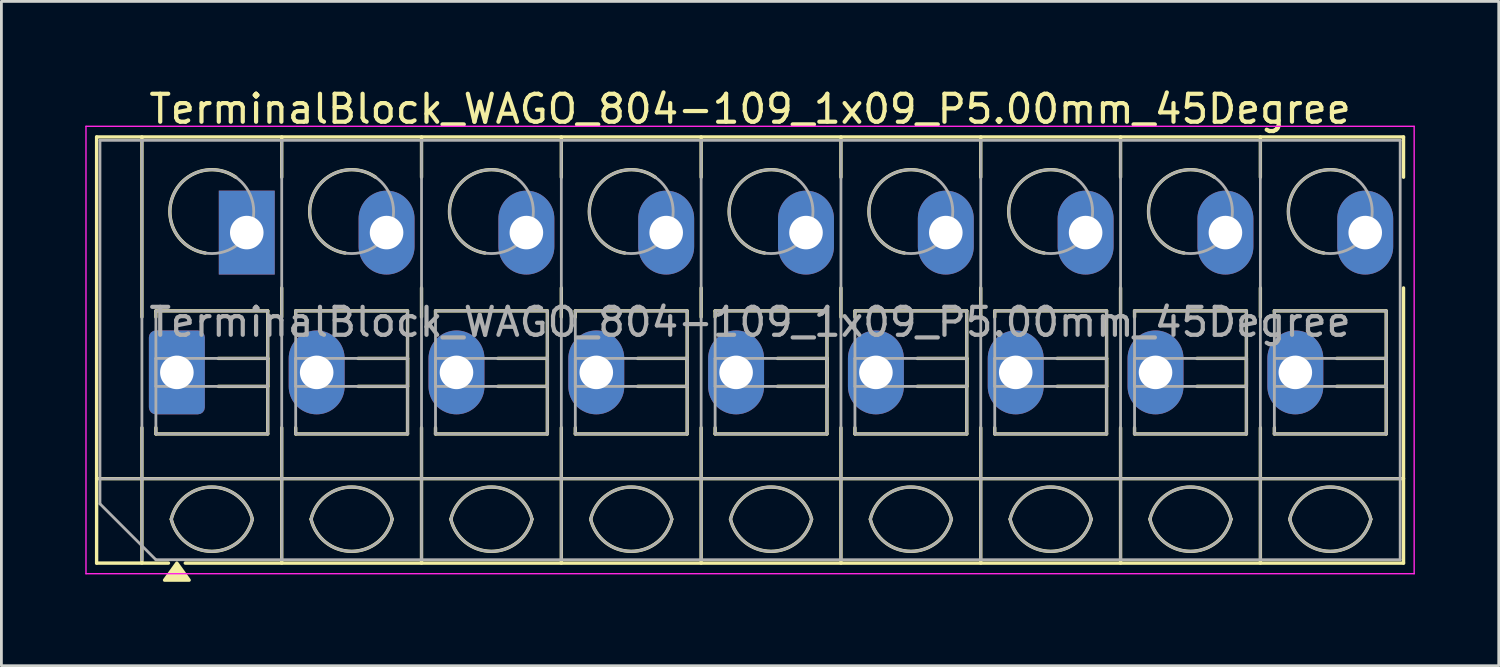
<source format=kicad_pcb>
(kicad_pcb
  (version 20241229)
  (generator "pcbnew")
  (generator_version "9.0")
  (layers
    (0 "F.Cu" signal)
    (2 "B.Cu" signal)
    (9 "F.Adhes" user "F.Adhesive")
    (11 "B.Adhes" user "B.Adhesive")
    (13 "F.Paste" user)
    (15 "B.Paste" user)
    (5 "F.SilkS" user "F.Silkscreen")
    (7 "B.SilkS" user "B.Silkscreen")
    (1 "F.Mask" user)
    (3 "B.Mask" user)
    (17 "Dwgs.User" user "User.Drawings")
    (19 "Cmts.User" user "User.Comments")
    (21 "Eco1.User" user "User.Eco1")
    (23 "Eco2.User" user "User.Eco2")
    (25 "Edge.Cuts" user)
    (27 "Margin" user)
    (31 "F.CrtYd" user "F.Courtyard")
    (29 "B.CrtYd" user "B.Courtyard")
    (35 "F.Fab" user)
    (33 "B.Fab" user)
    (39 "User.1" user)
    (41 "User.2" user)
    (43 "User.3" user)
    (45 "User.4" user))
  (footprint "TerminalBlock_WAGO_804-109_1x09_P5.00mm_45Degree"
    (layer "F.Cu")
    (at 3.275 10.268)
    (property "Reference" "TerminalBlock_WAGO_804-109_1x09_P5.00mm_45Degree" (at 20.5 -9.42 0) (layer "F.SilkS") (effects (font (size 1 1) (thickness 0.15))))
    (attr through_hole)
    (fp_line (start -2.87 -8.42) (end -2.87 6.82) (stroke (width 0.12) (type solid)) (layer "F.SilkS"))
    (fp_line (start -2.87 -8.42) (end 43.87 -8.42) (stroke (width 0.12) (type solid)) (layer "F.SilkS"))
    (fp_line (start -2.87 3.8) (end 43.87 3.8) (stroke (width 0.12) (type solid)) (layer "F.SilkS"))
    (fp_line (start -2.87 6.82) (end -0.3 6.82) (stroke (width 0.12) (type solid)) (layer "F.SilkS"))
    (fp_line (start -1.25 -8.42) (end -1.25 -1.98) (stroke (width 0.12) (type solid)) (layer "F.SilkS"))
    (fp_line (start -1.25 1.98) (end -1.25 6.82) (stroke (width 0.12) (type solid)) (layer "F.SilkS"))
    (fp_line (start -0.75 -2.2) (end -0.75 -1.98) (stroke (width 0.12) (type solid)) (layer "F.SilkS"))
    (fp_line (start -0.75 -2.2) (end 3.25 -2.2) (stroke (width 0.12) (type solid)) (layer "F.SilkS"))
    (fp_line (start -0.75 1.98) (end -0.75 2.2) (stroke (width 0.12) (type solid)) (layer "F.SilkS"))
    (fp_line (start -0.75 2.2) (end 3.25 2.2) (stroke (width 0.12) (type solid)) (layer "F.SilkS"))
    (fp_line (start 0.3 6.82) (end 43.87 6.82) (stroke (width 0.12) (type solid)) (layer "F.SilkS"))
    (fp_line (start 1.48 -0.5) (end 3.25 -0.5) (stroke (width 0.12) (type solid)) (layer "F.SilkS"))
    (fp_line (start 1.48 0.5) (end 3.25 0.5) (stroke (width 0.12) (type solid)) (layer "F.SilkS"))
    (fp_line (start 3.25 -2.2) (end 3.25 2.2) (stroke (width 0.12) (type solid)) (layer "F.SilkS"))
    (fp_line (start 3.25 -0.5) (end 3.25 0.5) (stroke (width 0.12) (type solid)) (layer "F.SilkS"))
    (fp_line (start 3.75 -8.42) (end 3.75 -6.98) (stroke (width 0.12) (type solid)) (layer "F.SilkS"))
    (fp_line (start 3.75 -3.02) (end 3.75 -1.98) (stroke (width 0.12) (type solid)) (layer "F.SilkS"))
    (fp_line (start 3.75 1.98) (end 3.75 6.82) (stroke (width 0.12) (type solid)) (layer "F.SilkS"))
    (fp_line (start 4.25 -2.2) (end 4.25 -1.98) (stroke (width 0.12) (type solid)) (layer "F.SilkS"))
    (fp_line (start 4.25 -2.2) (end 8.25 -2.2) (stroke (width 0.12) (type solid)) (layer "F.SilkS"))
    (fp_line (start 4.25 1.98) (end 4.25 2.2) (stroke (width 0.12) (type solid)) (layer "F.SilkS"))
    (fp_line (start 4.25 2.2) (end 8.25 2.2) (stroke (width 0.12) (type solid)) (layer "F.SilkS"))
    (fp_line (start 6.48 -0.5) (end 8.25 -0.5) (stroke (width 0.12) (type solid)) (layer "F.SilkS"))
    (fp_line (start 6.48 0.5) (end 8.25 0.5) (stroke (width 0.12) (type solid)) (layer "F.SilkS"))
    (fp_line (start 8.25 -2.2) (end 8.25 2.2) (stroke (width 0.12) (type solid)) (layer "F.SilkS"))
    (fp_line (start 8.25 -0.5) (end 8.25 0.5) (stroke (width 0.12) (type solid)) (layer "F.SilkS"))
    (fp_line (start 8.75 -8.42) (end 8.75 -6.98) (stroke (width 0.12) (type solid)) (layer "F.SilkS"))
    (fp_line (start 8.75 -3.02) (end 8.75 -1.98) (stroke (width 0.12) (type solid)) (layer "F.SilkS"))
    (fp_line (start 8.75 1.98) (end 8.75 6.82) (stroke (width 0.12) (type solid)) (layer "F.SilkS"))
    (fp_line (start 9.25 -2.2) (end 9.25 -1.98) (stroke (width 0.12) (type solid)) (layer "F.SilkS"))
    (fp_line (start 9.25 -2.2) (end 13.25 -2.2) (stroke (width 0.12) (type solid)) (layer "F.SilkS"))
    (fp_line (start 9.25 1.98) (end 9.25 2.2) (stroke (width 0.12) (type solid)) (layer "F.SilkS"))
    (fp_line (start 9.25 2.2) (end 13.25 2.2) (stroke (width 0.12) (type solid)) (layer "F.SilkS"))
    (fp_line (start 11.48 -0.5) (end 13.25 -0.5) (stroke (width 0.12) (type solid)) (layer "F.SilkS"))
    (fp_line (start 11.48 0.5) (end 13.25 0.5) (stroke (width 0.12) (type solid)) (layer "F.SilkS"))
    (fp_line (start 13.25 -2.2) (end 13.25 2.2) (stroke (width 0.12) (type solid)) (layer "F.SilkS"))
    (fp_line (start 13.25 -0.5) (end 13.25 0.5) (stroke (width 0.12) (type solid)) (layer "F.SilkS"))
    (fp_line (start 13.75 -8.42) (end 13.75 -6.98) (stroke (width 0.12) (type solid)) (layer "F.SilkS"))
    (fp_line (start 13.75 -3.02) (end 13.75 -1.98) (stroke (width 0.12) (type solid)) (layer "F.SilkS"))
    (fp_line (start 13.75 1.98) (end 13.75 6.82) (stroke (width 0.12) (type solid)) (layer "F.SilkS"))
    (fp_line (start 14.25 -2.2) (end 14.25 -1.98) (stroke (width 0.12) (type solid)) (layer "F.SilkS"))
    (fp_line (start 14.25 -2.2) (end 18.25 -2.2) (stroke (width 0.12) (type solid)) (layer "F.SilkS"))
    (fp_line (start 14.25 1.98) (end 14.25 2.2) (stroke (width 0.12) (type solid)) (layer "F.SilkS"))
    (fp_line (start 14.25 2.2) (end 18.25 2.2) (stroke (width 0.12) (type solid)) (layer "F.SilkS"))
    (fp_line (start 16.48 -0.5) (end 18.25 -0.5) (stroke (width 0.12) (type solid)) (layer "F.SilkS"))
    (fp_line (start 16.48 0.5) (end 18.25 0.5) (stroke (width 0.12) (type solid)) (layer "F.SilkS"))
    (fp_line (start 18.25 -2.2) (end 18.25 2.2) (stroke (width 0.12) (type solid)) (layer "F.SilkS"))
    (fp_line (start 18.25 -0.5) (end 18.25 0.5) (stroke (width 0.12) (type solid)) (layer "F.SilkS"))
    (fp_line (start 18.75 -8.42) (end 18.75 -6.98) (stroke (width 0.12) (type solid)) (layer "F.SilkS"))
    (fp_line (start 18.75 -3.02) (end 18.75 -1.98) (stroke (width 0.12) (type solid)) (layer "F.SilkS"))
    (fp_line (start 18.75 1.98) (end 18.75 6.82) (stroke (width 0.12) (type solid)) (layer "F.SilkS"))
    (fp_line (start 19.25 -2.2) (end 19.25 -1.98) (stroke (width 0.12) (type solid)) (layer "F.SilkS"))
    (fp_line (start 19.25 -2.2) (end 23.25 -2.2) (stroke (width 0.12) (type solid)) (layer "F.SilkS"))
    (fp_line (start 19.25 1.98) (end 19.25 2.2) (stroke (width 0.12) (type solid)) (layer "F.SilkS"))
    (fp_line (start 19.25 2.2) (end 23.25 2.2) (stroke (width 0.12) (type solid)) (layer "F.SilkS"))
    (fp_line (start 21.48 -0.5) (end 23.25 -0.5) (stroke (width 0.12) (type solid)) (layer "F.SilkS"))
    (fp_line (start 21.48 0.5) (end 23.25 0.5) (stroke (width 0.12) (type solid)) (layer "F.SilkS"))
    (fp_line (start 23.25 -2.2) (end 23.25 2.2) (stroke (width 0.12) (type solid)) (layer "F.SilkS"))
    (fp_line (start 23.25 -0.5) (end 23.25 0.5) (stroke (width 0.12) (type solid)) (layer "F.SilkS"))
    (fp_line (start 23.75 -8.42) (end 23.75 -6.98) (stroke (width 0.12) (type solid)) (layer "F.SilkS"))
    (fp_line (start 23.75 -3.02) (end 23.75 -1.98) (stroke (width 0.12) (type solid)) (layer "F.SilkS"))
    (fp_line (start 23.75 1.98) (end 23.75 6.82) (stroke (width 0.12) (type solid)) (layer "F.SilkS"))
    (fp_line (start 24.25 -2.2) (end 24.25 -1.98) (stroke (width 0.12) (type solid)) (layer "F.SilkS"))
    (fp_line (start 24.25 -2.2) (end 28.25 -2.2) (stroke (width 0.12) (type solid)) (layer "F.SilkS"))
    (fp_line (start 24.25 1.98) (end 24.25 2.2) (stroke (width 0.12) (type solid)) (layer "F.SilkS"))
    (fp_line (start 24.25 2.2) (end 28.25 2.2) (stroke (width 0.12) (type solid)) (layer "F.SilkS"))
    (fp_line (start 26.48 -0.5) (end 28.25 -0.5) (stroke (width 0.12) (type solid)) (layer "F.SilkS"))
    (fp_line (start 26.48 0.5) (end 28.25 0.5) (stroke (width 0.12) (type solid)) (layer "F.SilkS"))
    (fp_line (start 28.25 -2.2) (end 28.25 2.2) (stroke (width 0.12) (type solid)) (layer "F.SilkS"))
    (fp_line (start 28.25 -0.5) (end 28.25 0.5) (stroke (width 0.12) (type solid)) (layer "F.SilkS"))
    (fp_line (start 28.75 -8.42) (end 28.75 -6.98) (stroke (width 0.12) (type solid)) (layer "F.SilkS"))
    (fp_line (start 28.75 -3.02) (end 28.75 -1.98) (stroke (width 0.12) (type solid)) (layer "F.SilkS"))
    (fp_line (start 28.75 1.98) (end 28.75 6.82) (stroke (width 0.12) (type solid)) (layer "F.SilkS"))
    (fp_line (start 29.25 -2.2) (end 29.25 -1.98) (stroke (width 0.12) (type solid)) (layer "F.SilkS"))
    (fp_line (start 29.25 -2.2) (end 33.25 -2.2) (stroke (width 0.12) (type solid)) (layer "F.SilkS"))
    (fp_line (start 29.25 1.98) (end 29.25 2.2) (stroke (width 0.12) (type solid)) (layer "F.SilkS"))
    (fp_line (start 29.25 2.2) (end 33.25 2.2) (stroke (width 0.12) (type solid)) (layer "F.SilkS"))
    (fp_line (start 31.48 -0.5) (end 33.25 -0.5) (stroke (width 0.12) (type solid)) (layer "F.SilkS"))
    (fp_line (start 31.48 0.5) (end 33.25 0.5) (stroke (width 0.12) (type solid)) (layer "F.SilkS"))
    (fp_line (start 33.25 -2.2) (end 33.25 2.2) (stroke (width 0.12) (type solid)) (layer "F.SilkS"))
    (fp_line (start 33.25 -0.5) (end 33.25 0.5) (stroke (width 0.12) (type solid)) (layer "F.SilkS"))
    (fp_line (start 33.75 -8.42) (end 33.75 -6.98) (stroke (width 0.12) (type solid)) (layer "F.SilkS"))
    (fp_line (start 33.75 -3.02) (end 33.75 -1.98) (stroke (width 0.12) (type solid)) (layer "F.SilkS"))
    (fp_line (start 33.75 1.98) (end 33.75 6.82) (stroke (width 0.12) (type solid)) (layer "F.SilkS"))
    (fp_line (start 34.25 -2.2) (end 34.25 -1.98) (stroke (width 0.12) (type solid)) (layer "F.SilkS"))
    (fp_line (start 34.25 -2.2) (end 38.25 -2.2) (stroke (width 0.12) (type solid)) (layer "F.SilkS"))
    (fp_line (start 34.25 1.98) (end 34.25 2.2) (stroke (width 0.12) (type solid)) (layer "F.SilkS"))
    (fp_line (start 34.25 2.2) (end 38.25 2.2) (stroke (width 0.12) (type solid)) (layer "F.SilkS"))
    (fp_line (start 36.48 -0.5) (end 38.25 -0.5) (stroke (width 0.12) (type solid)) (layer "F.SilkS"))
    (fp_line (start 36.48 0.5) (end 38.25 0.5) (stroke (width 0.12) (type solid)) (layer "F.SilkS"))
    (fp_line (start 38.25 -2.2) (end 38.25 2.2) (stroke (width 0.12) (type solid)) (layer "F.SilkS"))
    (fp_line (start 38.25 -0.5) (end 38.25 0.5) (stroke (width 0.12) (type solid)) (layer "F.SilkS"))
    (fp_line (start 38.75 -8.42) (end 38.75 -6.98) (stroke (width 0.12) (type solid)) (layer "F.SilkS"))
    (fp_line (start 38.75 -3.02) (end 38.75 -1.98) (stroke (width 0.12) (type solid)) (layer "F.SilkS"))
    (fp_line (start 38.75 1.98) (end 38.75 6.82) (stroke (width 0.12) (type solid)) (layer "F.SilkS"))
    (fp_line (start 39.25 -2.2) (end 39.25 -1.98) (stroke (width 0.12) (type solid)) (layer "F.SilkS"))
    (fp_line (start 39.25 -2.2) (end 43.25 -2.2) (stroke (width 0.12) (type solid)) (layer "F.SilkS"))
    (fp_line (start 39.25 1.98) (end 39.25 2.2) (stroke (width 0.12) (type solid)) (layer "F.SilkS"))
    (fp_line (start 39.25 2.2) (end 43.25 2.2) (stroke (width 0.12) (type solid)) (layer "F.SilkS"))
    (fp_line (start 41.48 -0.5) (end 43.25 -0.5) (stroke (width 0.12) (type solid)) (layer "F.SilkS"))
    (fp_line (start 41.48 0.5) (end 43.25 0.5) (stroke (width 0.12) (type solid)) (layer "F.SilkS"))
    (fp_line (start 43.25 -2.2) (end 43.25 2.2) (stroke (width 0.12) (type solid)) (layer "F.SilkS"))
    (fp_line (start 43.25 -0.5) (end 43.25 0.5) (stroke (width 0.12) (type solid)) (layer "F.SilkS"))
    (fp_line (start 43.87 -8.42) (end 43.87 -6.98) (stroke (width 0.12) (type solid)) (layer "F.SilkS"))
    (fp_line (start 43.87 -3.02) (end 43.87 6.82) (stroke (width 0.12) (type solid)) (layer "F.SilkS"))
    (fp_arc (start -0.199942 5.249753) (mid 1.250127 4.099899) (end 2.7 5.25) (stroke (width 0.12) (type solid)) (layer "F.SilkS"))
    (fp_arc (start 1.02 -4.268) (mid -0.141815 -6.308637) (end 2.10843 -6.979765) (stroke (width 0.12) (type solid)) (layer "F.SilkS"))
    (fp_arc (start 2.7 5.25) (mid 1.250127 6.400101) (end -0.199942 5.250247) (stroke (width 0.12) (type solid)) (layer "F.SilkS"))
    (fp_arc (start 4.800058 5.249753) (mid 6.250127 4.099899) (end 7.7 5.25) (stroke (width 0.12) (type solid)) (layer "F.SilkS"))
    (fp_arc (start 6.02 -4.268) (mid 4.858185 -6.308637) (end 7.10843 -6.979765) (stroke (width 0.12) (type solid)) (layer "F.SilkS"))
    (fp_arc (start 7.7 5.25) (mid 6.250127 6.400101) (end 4.800058 5.250247) (stroke (width 0.12) (type solid)) (layer "F.SilkS"))
    (fp_arc (start 9.800058 5.249753) (mid 11.250127 4.099899) (end 12.7 5.25) (stroke (width 0.12) (type solid)) (layer "F.SilkS"))
    (fp_arc (start 11.02 -4.268) (mid 9.858185 -6.308637) (end 12.10843 -6.979765) (stroke (width 0.12) (type solid)) (layer "F.SilkS"))
    (fp_arc (start 12.7 5.25) (mid 11.250127 6.400101) (end 9.800058 5.250247) (stroke (width 0.12) (type solid)) (layer "F.SilkS"))
    (fp_arc (start 14.800058 5.249753) (mid 16.250127 4.099899) (end 17.7 5.25) (stroke (width 0.12) (type solid)) (layer "F.SilkS"))
    (fp_arc (start 16.02 -4.268) (mid 14.858185 -6.308637) (end 17.10843 -6.979765) (stroke (width 0.12) (type solid)) (layer "F.SilkS"))
    (fp_arc (start 17.7 5.25) (mid 16.250127 6.400101) (end 14.800058 5.250247) (stroke (width 0.12) (type solid)) (layer "F.SilkS"))
    (fp_arc (start 19.800058 5.249753) (mid 21.250127 4.099899) (end 22.7 5.25) (stroke (width 0.12) (type solid)) (layer "F.SilkS"))
    (fp_arc (start 21.02 -4.268) (mid 19.858185 -6.308637) (end 22.10843 -6.979765) (stroke (width 0.12) (type solid)) (layer "F.SilkS"))
    (fp_arc (start 22.7 5.25) (mid 21.250127 6.400101) (end 19.800058 5.250247) (stroke (width 0.12) (type solid)) (layer "F.SilkS"))
    (fp_arc (start 24.800058 5.249753) (mid 26.250127 4.099899) (end 27.7 5.25) (stroke (width 0.12) (type solid)) (layer "F.SilkS"))
    (fp_arc (start 26.02 -4.268) (mid 24.858185 -6.308637) (end 27.10843 -6.979765) (stroke (width 0.12) (type solid)) (layer "F.SilkS"))
    (fp_arc (start 27.7 5.25) (mid 26.250127 6.400101) (end 24.800058 5.250247) (stroke (width 0.12) (type solid)) (layer "F.SilkS"))
    (fp_arc (start 29.800058 5.249753) (mid 31.250127 4.099899) (end 32.7 5.25) (stroke (width 0.12) (type solid)) (layer "F.SilkS"))
    (fp_arc (start 31.02 -4.268) (mid 29.858185 -6.308637) (end 32.10843 -6.979765) (stroke (width 0.12) (type solid)) (layer "F.SilkS"))
    (fp_arc (start 32.7 5.25) (mid 31.250127 6.400101) (end 29.800058 5.250247) (stroke (width 0.12) (type solid)) (layer "F.SilkS"))
    (fp_arc (start 34.800058 5.249753) (mid 36.250127 4.099899) (end 37.7 5.25) (stroke (width 0.12) (type solid)) (layer "F.SilkS"))
    (fp_arc (start 36.02 -4.268) (mid 34.858185 -6.308637) (end 37.10843 -6.979765) (stroke (width 0.12) (type solid)) (layer "F.SilkS"))
    (fp_arc (start 37.7 5.25) (mid 36.250127 6.400101) (end 34.800058 5.250247) (stroke (width 0.12) (type solid)) (layer "F.SilkS"))
    (fp_arc (start 39.800058 5.249753) (mid 41.250127 4.099899) (end 42.7 5.25) (stroke (width 0.12) (type solid)) (layer "F.SilkS"))
    (fp_arc (start 41.02 -4.268) (mid 39.858185 -6.308637) (end 42.10843 -6.979765) (stroke (width 0.12) (type solid)) (layer "F.SilkS"))
    (fp_arc (start 42.7 5.25) (mid 41.250127 6.400101) (end 39.800058 5.250247) (stroke (width 0.12) (type solid)) (layer "F.SilkS"))
    (fp_poly (pts (xy 0 6.82) (xy 0.44 7.43) (xy -0.44 7.43)) (stroke (width 0.12) (type solid)) (fill yes) (layer "F.SilkS"))
    (fp_line (start -3.25 -8.8) (end -3.25 7.2) (stroke (width 0.05) (type solid)) (layer "F.CrtYd"))
    (fp_line (start -3.25 7.2) (end 44.25 7.2) (stroke (width 0.05) (type solid)) (layer "F.CrtYd"))
    (fp_line (start 44.25 -8.8) (end -3.25 -8.8) (stroke (width 0.05) (type solid)) (layer "F.CrtYd"))
    (fp_line (start 44.25 7.2) (end 44.25 -8.8) (stroke (width 0.05) (type solid)) (layer "F.CrtYd"))
    (fp_line (start -2.75 -8.3) (end 43.75 -8.3) (stroke (width 0.1) (type solid)) (layer "F.Fab"))
    (fp_line (start -2.75 3.8) (end 43.75 3.8) (stroke (width 0.1) (type solid)) (layer "F.Fab"))
    (fp_line (start -2.75 4.7) (end -2.75 -8.3) (stroke (width 0.1) (type solid)) (layer "F.Fab"))
    (fp_line (start -1.25 -8.3) (end -1.25 6.7) (stroke (width 0.1) (type solid)) (layer "F.Fab"))
    (fp_line (start -0.75 -2.2) (end -0.75 2.2) (stroke (width 0.1) (type solid)) (layer "F.Fab"))
    (fp_line (start -0.75 -0.5) (end -0.75 0.5) (stroke (width 0.1) (type solid)) (layer "F.Fab"))
    (fp_line (start -0.75 0.5) (end 3.25 0.5) (stroke (width 0.1) (type solid)) (layer "F.Fab"))
    (fp_line (start -0.75 2.2) (end 3.25 2.2) (stroke (width 0.1) (type solid)) (layer "F.Fab"))
    (fp_line (start -0.75 6.7) (end -2.75 4.7) (stroke (width 0.1) (type solid)) (layer "F.Fab"))
    (fp_line (start 3.25 -2.2) (end -0.75 -2.2) (stroke (width 0.1) (type solid)) (layer "F.Fab"))
    (fp_line (start 3.25 -0.5) (end -0.75 -0.5) (stroke (width 0.1) (type solid)) (layer "F.Fab"))
    (fp_line (start 3.25 0.5) (end 3.25 -0.5) (stroke (width 0.1) (type solid)) (layer "F.Fab"))
    (fp_line (start 3.25 2.2) (end 3.25 -2.2) (stroke (width 0.1) (type solid)) (layer "F.Fab"))
    (fp_line (start 3.75 -8.3) (end 3.75 6.7) (stroke (width 0.1) (type solid)) (layer "F.Fab"))
    (fp_line (start 4.25 -2.2) (end 4.25 2.2) (stroke (width 0.1) (type solid)) (layer "F.Fab"))
    (fp_line (start 4.25 -0.5) (end 4.25 0.5) (stroke (width 0.1) (type solid)) (layer "F.Fab"))
    (fp_line (start 4.25 0.5) (end 8.25 0.5) (stroke (width 0.1) (type solid)) (layer "F.Fab"))
    (fp_line (start 4.25 2.2) (end 8.25 2.2) (stroke (width 0.1) (type solid)) (layer "F.Fab"))
    (fp_line (start 8.25 -2.2) (end 4.25 -2.2) (stroke (width 0.1) (type solid)) (layer "F.Fab"))
    (fp_line (start 8.25 -0.5) (end 4.25 -0.5) (stroke (width 0.1) (type solid)) (layer "F.Fab"))
    (fp_line (start 8.25 0.5) (end 8.25 -0.5) (stroke (width 0.1) (type solid)) (layer "F.Fab"))
    (fp_line (start 8.25 2.2) (end 8.25 -2.2) (stroke (width 0.1) (type solid)) (layer "F.Fab"))
    (fp_line (start 8.75 -8.3) (end 8.75 6.7) (stroke (width 0.1) (type solid)) (layer "F.Fab"))
    (fp_line (start 9.25 -2.2) (end 9.25 2.2) (stroke (width 0.1) (type solid)) (layer "F.Fab"))
    (fp_line (start 9.25 -0.5) (end 9.25 0.5) (stroke (width 0.1) (type solid)) (layer "F.Fab"))
    (fp_line (start 9.25 0.5) (end 13.25 0.5) (stroke (width 0.1) (type solid)) (layer "F.Fab"))
    (fp_line (start 9.25 2.2) (end 13.25 2.2) (stroke (width 0.1) (type solid)) (layer "F.Fab"))
    (fp_line (start 13.25 -2.2) (end 9.25 -2.2) (stroke (width 0.1) (type solid)) (layer "F.Fab"))
    (fp_line (start 13.25 -0.5) (end 9.25 -0.5) (stroke (width 0.1) (type solid)) (layer "F.Fab"))
    (fp_line (start 13.25 0.5) (end 13.25 -0.5) (stroke (width 0.1) (type solid)) (layer "F.Fab"))
    (fp_line (start 13.25 2.2) (end 13.25 -2.2) (stroke (width 0.1) (type solid)) (layer "F.Fab"))
    (fp_line (start 13.75 -8.3) (end 13.75 6.7) (stroke (width 0.1) (type solid)) (layer "F.Fab"))
    (fp_line (start 14.25 -2.2) (end 14.25 2.2) (stroke (width 0.1) (type solid)) (layer "F.Fab"))
    (fp_line (start 14.25 -0.5) (end 14.25 0.5) (stroke (width 0.1) (type solid)) (layer "F.Fab"))
    (fp_line (start 14.25 0.5) (end 18.25 0.5) (stroke (width 0.1) (type solid)) (layer "F.Fab"))
    (fp_line (start 14.25 2.2) (end 18.25 2.2) (stroke (width 0.1) (type solid)) (layer "F.Fab"))
    (fp_line (start 18.25 -2.2) (end 14.25 -2.2) (stroke (width 0.1) (type solid)) (layer "F.Fab"))
    (fp_line (start 18.25 -0.5) (end 14.25 -0.5) (stroke (width 0.1) (type solid)) (layer "F.Fab"))
    (fp_line (start 18.25 0.5) (end 18.25 -0.5) (stroke (width 0.1) (type solid)) (layer "F.Fab"))
    (fp_line (start 18.25 2.2) (end 18.25 -2.2) (stroke (width 0.1) (type solid)) (layer "F.Fab"))
    (fp_line (start 18.75 -8.3) (end 18.75 6.7) (stroke (width 0.1) (type solid)) (layer "F.Fab"))
    (fp_line (start 19.25 -2.2) (end 19.25 2.2) (stroke (width 0.1) (type solid)) (layer "F.Fab"))
    (fp_line (start 19.25 -0.5) (end 19.25 0.5) (stroke (width 0.1) (type solid)) (layer "F.Fab"))
    (fp_line (start 19.25 0.5) (end 23.25 0.5) (stroke (width 0.1) (type solid)) (layer "F.Fab"))
    (fp_line (start 19.25 2.2) (end 23.25 2.2) (stroke (width 0.1) (type solid)) (layer "F.Fab"))
    (fp_line (start 23.25 -2.2) (end 19.25 -2.2) (stroke (width 0.1) (type solid)) (layer "F.Fab"))
    (fp_line (start 23.25 -0.5) (end 19.25 -0.5) (stroke (width 0.1) (type solid)) (layer "F.Fab"))
    (fp_line (start 23.25 0.5) (end 23.25 -0.5) (stroke (width 0.1) (type solid)) (layer "F.Fab"))
    (fp_line (start 23.25 2.2) (end 23.25 -2.2) (stroke (width 0.1) (type solid)) (layer "F.Fab"))
    (fp_line (start 23.75 -8.3) (end 23.75 6.7) (stroke (width 0.1) (type solid)) (layer "F.Fab"))
    (fp_line (start 24.25 -2.2) (end 24.25 2.2) (stroke (width 0.1) (type solid)) (layer "F.Fab"))
    (fp_line (start 24.25 -0.5) (end 24.25 0.5) (stroke (width 0.1) (type solid)) (layer "F.Fab"))
    (fp_line (start 24.25 0.5) (end 28.25 0.5) (stroke (width 0.1) (type solid)) (layer "F.Fab"))
    (fp_line (start 24.25 2.2) (end 28.25 2.2) (stroke (width 0.1) (type solid)) (layer "F.Fab"))
    (fp_line (start 28.25 -2.2) (end 24.25 -2.2) (stroke (width 0.1) (type solid)) (layer "F.Fab"))
    (fp_line (start 28.25 -0.5) (end 24.25 -0.5) (stroke (width 0.1) (type solid)) (layer "F.Fab"))
    (fp_line (start 28.25 0.5) (end 28.25 -0.5) (stroke (width 0.1) (type solid)) (layer "F.Fab"))
    (fp_line (start 28.25 2.2) (end 28.25 -2.2) (stroke (width 0.1) (type solid)) (layer "F.Fab"))
    (fp_line (start 28.75 -8.3) (end 28.75 6.7) (stroke (width 0.1) (type solid)) (layer "F.Fab"))
    (fp_line (start 29.25 -2.2) (end 29.25 2.2) (stroke (width 0.1) (type solid)) (layer "F.Fab"))
    (fp_line (start 29.25 -0.5) (end 29.25 0.5) (stroke (width 0.1) (type solid)) (layer "F.Fab"))
    (fp_line (start 29.25 0.5) (end 33.25 0.5) (stroke (width 0.1) (type solid)) (layer "F.Fab"))
    (fp_line (start 29.25 2.2) (end 33.25 2.2) (stroke (width 0.1) (type solid)) (layer "F.Fab"))
    (fp_line (start 33.25 -2.2) (end 29.25 -2.2) (stroke (width 0.1) (type solid)) (layer "F.Fab"))
    (fp_line (start 33.25 -0.5) (end 29.25 -0.5) (stroke (width 0.1) (type solid)) (layer "F.Fab"))
    (fp_line (start 33.25 0.5) (end 33.25 -0.5) (stroke (width 0.1) (type solid)) (layer "F.Fab"))
    (fp_line (start 33.25 2.2) (end 33.25 -2.2) (stroke (width 0.1) (type solid)) (layer "F.Fab"))
    (fp_line (start 33.75 -8.3) (end 33.75 6.7) (stroke (width 0.1) (type solid)) (layer "F.Fab"))
    (fp_line (start 34.25 -2.2) (end 34.25 2.2) (stroke (width 0.1) (type solid)) (layer "F.Fab"))
    (fp_line (start 34.25 -0.5) (end 34.25 0.5) (stroke (width 0.1) (type solid)) (layer "F.Fab"))
    (fp_line (start 34.25 0.5) (end 38.25 0.5) (stroke (width 0.1) (type solid)) (layer "F.Fab"))
    (fp_line (start 34.25 2.2) (end 38.25 2.2) (stroke (width 0.1) (type solid)) (layer "F.Fab"))
    (fp_line (start 38.25 -2.2) (end 34.25 -2.2) (stroke (width 0.1) (type solid)) (layer "F.Fab"))
    (fp_line (start 38.25 -0.5) (end 34.25 -0.5) (stroke (width 0.1) (type solid)) (layer "F.Fab"))
    (fp_line (start 38.25 0.5) (end 38.25 -0.5) (stroke (width 0.1) (type solid)) (layer "F.Fab"))
    (fp_line (start 38.25 2.2) (end 38.25 -2.2) (stroke (width 0.1) (type solid)) (layer "F.Fab"))
    (fp_line (start 38.75 -8.3) (end 38.75 6.7) (stroke (width 0.1) (type solid)) (layer "F.Fab"))
    (fp_line (start 39.25 -2.2) (end 39.25 2.2) (stroke (width 0.1) (type solid)) (layer "F.Fab"))
    (fp_line (start 39.25 -0.5) (end 39.25 0.5) (stroke (width 0.1) (type solid)) (layer "F.Fab"))
    (fp_line (start 39.25 0.5) (end 43.25 0.5) (stroke (width 0.1) (type solid)) (layer "F.Fab"))
    (fp_line (start 39.25 2.2) (end 43.25 2.2) (stroke (width 0.1) (type solid)) (layer "F.Fab"))
    (fp_line (start 43.25 -2.2) (end 39.25 -2.2) (stroke (width 0.1) (type solid)) (layer "F.Fab"))
    (fp_line (start 43.25 -0.5) (end 39.25 -0.5) (stroke (width 0.1) (type solid)) (layer "F.Fab"))
    (fp_line (start 43.25 0.5) (end 43.25 -0.5) (stroke (width 0.1) (type solid)) (layer "F.Fab"))
    (fp_line (start 43.25 2.2) (end 43.25 -2.2) (stroke (width 0.1) (type solid)) (layer "F.Fab"))
    (fp_line (start 43.75 -8.3) (end 43.75 6.7) (stroke (width 0.1) (type solid)) (layer "F.Fab"))
    (fp_line (start 43.75 6.7) (end -0.75 6.7) (stroke (width 0.1) (type solid)) (layer "F.Fab"))
    (fp_arc (start -0.200386 5.251649) (mid 1.249153 4.100672) (end 2.7 5.25) (stroke (width 0.1) (type solid)) (layer "F.Fab"))
    (fp_arc (start 2.7 5.25) (mid 1.250127 6.400101) (end -0.199942 5.250247) (stroke (width 0.1) (type solid)) (layer "F.Fab"))
    (fp_arc (start 4.799614 5.251649) (mid 6.249153 4.100672) (end 7.7 5.25) (stroke (width 0.1) (type solid)) (layer "F.Fab"))
    (fp_arc (start 7.7 5.25) (mid 6.250127 6.400101) (end 4.800058 5.250247) (stroke (width 0.1) (type solid)) (layer "F.Fab"))
    (fp_arc (start 9.799614 5.251649) (mid 11.249153 4.100672) (end 12.7 5.25) (stroke (width 0.1) (type solid)) (layer "F.Fab"))
    (fp_arc (start 12.7 5.25) (mid 11.250127 6.400101) (end 9.800058 5.250247) (stroke (width 0.1) (type solid)) (layer "F.Fab"))
    (fp_arc (start 14.799614 5.251649) (mid 16.249153 4.100672) (end 17.7 5.25) (stroke (width 0.1) (type solid)) (layer "F.Fab"))
    (fp_arc (start 17.7 5.25) (mid 16.250127 6.400101) (end 14.800058 5.250247) (stroke (width 0.1) (type solid)) (layer "F.Fab"))
    (fp_arc (start 19.799614 5.251649) (mid 21.249153 4.100672) (end 22.7 5.25) (stroke (width 0.1) (type solid)) (layer "F.Fab"))
    (fp_arc (start 22.7 5.25) (mid 21.250127 6.400101) (end 19.800058 5.250247) (stroke (width 0.1) (type solid)) (layer "F.Fab"))
    (fp_arc (start 24.799614 5.251649) (mid 26.249153 4.100672) (end 27.7 5.25) (stroke (width 0.1) (type solid)) (layer "F.Fab"))
    (fp_arc (start 27.7 5.25) (mid 26.250127 6.400101) (end 24.800058 5.250247) (stroke (width 0.1) (type solid)) (layer "F.Fab"))
    (fp_arc (start 29.798718 5.251205) (mid 31.249381 4.099698) (end 32.701 5.25) (stroke (width 0.1) (type solid)) (layer "F.Fab"))
    (fp_arc (start 32.701 5.25) (mid 31.250355 6.401074) (end 29.799162 5.250691) (stroke (width 0.1) (type solid)) (layer "F.Fab"))
    (fp_arc (start 34.799614 5.251649) (mid 36.249153 4.100672) (end 37.7 5.25) (stroke (width 0.1) (type solid)) (layer "F.Fab"))
    (fp_arc (start 37.7 5.25) (mid 36.250127 6.400101) (end 34.800058 5.250247) (stroke (width 0.1) (type solid)) (layer "F.Fab"))
    (fp_arc (start 39.799614 5.251649) (mid 41.249153 4.100672) (end 42.7 5.25) (stroke (width 0.1) (type solid)) (layer "F.Fab"))
    (fp_arc (start 42.7 5.25) (mid 41.250127 6.400101) (end 39.800058 5.250247) (stroke (width 0.1) (type solid)) (layer "F.Fab"))
    (fp_circle (center 1.25 -5.75) (end 2.75 -5.75) (stroke (width 0.1) (type solid)) (fill no) (layer "F.Fab"))
    (fp_circle (center 6.25 -5.75) (end 7.75 -5.75) (stroke (width 0.1) (type solid)) (fill no) (layer "F.Fab"))
    (fp_circle (center 11.25 -5.75) (end 12.75 -5.75) (stroke (width 0.1) (type solid)) (fill no) (layer "F.Fab"))
    (fp_circle (center 16.25 -5.75) (end 17.75 -5.75) (stroke (width 0.1) (type solid)) (fill no) (layer "F.Fab"))
    (fp_circle (center 21.25 -5.75) (end 22.75 -5.75) (stroke (width 0.1) (type solid)) (fill no) (layer "F.Fab"))
    (fp_circle (center 26.25 -5.75) (end 27.75 -5.75) (stroke (width 0.1) (type solid)) (fill no) (layer "F.Fab"))
    (fp_circle (center 31.25 -5.75) (end 32.75 -5.75) (stroke (width 0.1) (type solid)) (fill no) (layer "F.Fab"))
    (fp_circle (center 36.25 -5.75) (end 37.75 -5.75) (stroke (width 0.1) (type solid)) (fill no) (layer "F.Fab"))
    (fp_circle (center 41.25 -5.75) (end 42.75 -5.75) (stroke (width 0.1) (type solid)) (fill no) (layer "F.Fab"))
    (fp_text user "${REFERENCE}" (at 20.5 -1.8 0) (layer "F.Fab") (effects (font (size 1 1) (thickness 0.15))))
    (pad "1" thru_hole roundrect (at 0 0) (size 2 3) (drill 1.2) (layers "*.Cu" "*.Mask") (roundrect_rratio 0.125))
    (pad "1" thru_hole rect (at 2.5 -5) (size 2 3) (drill 1.2) (layers "*.Cu" "*.Mask"))
    (pad "2" thru_hole oval (at 5 0) (size 2 3) (drill 1.2) (layers "*.Cu" "*.Mask"))
    (pad "2" thru_hole oval (at 7.5 -5) (size 2 3) (drill 1.2) (layers "*.Cu" "*.Mask"))
    (pad "3" thru_hole oval (at 10 0) (size 2 3) (drill 1.2) (layers "*.Cu" "*.Mask"))
    (pad "3" thru_hole oval (at 12.5 -5) (size 2 3) (drill 1.2) (layers "*.Cu" "*.Mask"))
    (pad "4" thru_hole oval (at 15 0) (size 2 3) (drill 1.2) (layers "*.Cu" "*.Mask"))
    (pad "4" thru_hole oval (at 17.5 -5) (size 2 3) (drill 1.2) (layers "*.Cu" "*.Mask"))
    (pad "5" thru_hole oval (at 20 0) (size 2 3) (drill 1.2) (layers "*.Cu" "*.Mask"))
    (pad "5" thru_hole oval (at 22.5 -5) (size 2 3) (drill 1.2) (layers "*.Cu" "*.Mask"))
    (pad "6" thru_hole oval (at 25 0) (size 2 3) (drill 1.2) (layers "*.Cu" "*.Mask"))
    (pad "6" thru_hole oval (at 27.5 -5) (size 2 3) (drill 1.2) (layers "*.Cu" "*.Mask"))
    (pad "7" thru_hole oval (at 30 0) (size 2 3) (drill 1.2) (layers "*.Cu" "*.Mask"))
    (pad "7" thru_hole oval (at 32.5 -5) (size 2 3) (drill 1.2) (layers "*.Cu" "*.Mask"))
    (pad "8" thru_hole oval (at 35 0) (size 2 3) (drill 1.2) (layers "*.Cu" "*.Mask"))
    (pad "8" thru_hole oval (at 37.5 -5) (size 2 3) (drill 1.2) (layers "*.Cu" "*.Mask"))
    (pad "9" thru_hole oval (at 40 0) (size 2 3) (drill 1.2) (layers "*.Cu" "*.Mask"))
    (pad "9" thru_hole oval (at 42.5 -5) (size 2 3) (drill 1.2) (layers "*.Cu" "*.Mask")))
  (gr_rect
    (start -3 -3)
    (end 50.55 20.758)
    (stroke (width 0.1) (type default))
    (fill no)
    (layer "Edge.Cuts")))
</source>
